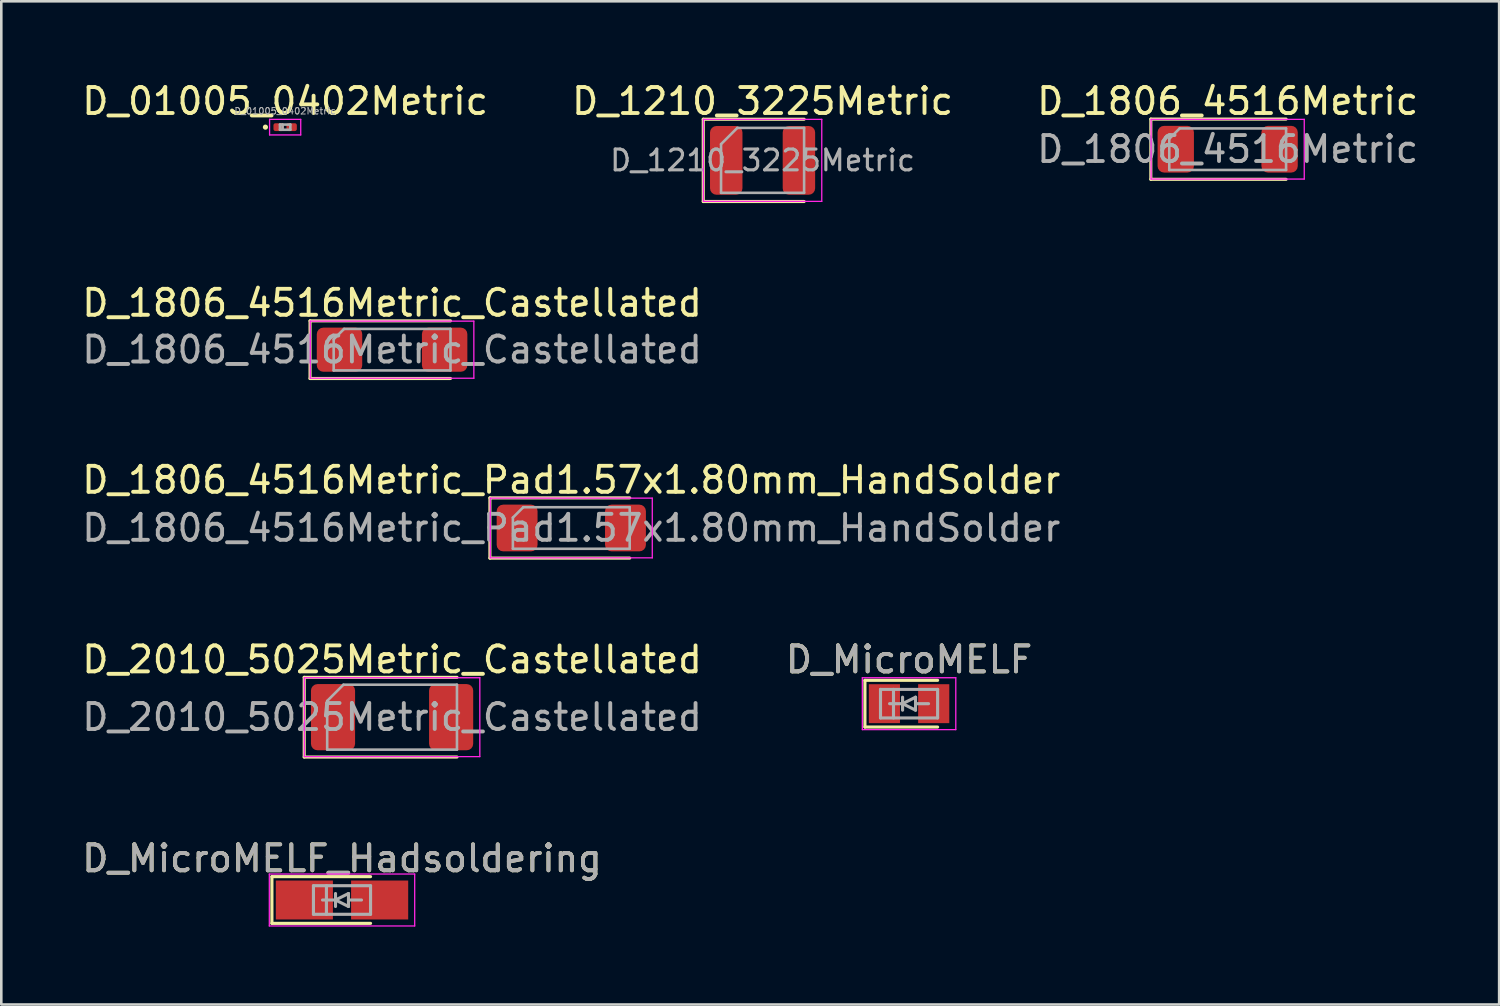
<source format=kicad_pcb>
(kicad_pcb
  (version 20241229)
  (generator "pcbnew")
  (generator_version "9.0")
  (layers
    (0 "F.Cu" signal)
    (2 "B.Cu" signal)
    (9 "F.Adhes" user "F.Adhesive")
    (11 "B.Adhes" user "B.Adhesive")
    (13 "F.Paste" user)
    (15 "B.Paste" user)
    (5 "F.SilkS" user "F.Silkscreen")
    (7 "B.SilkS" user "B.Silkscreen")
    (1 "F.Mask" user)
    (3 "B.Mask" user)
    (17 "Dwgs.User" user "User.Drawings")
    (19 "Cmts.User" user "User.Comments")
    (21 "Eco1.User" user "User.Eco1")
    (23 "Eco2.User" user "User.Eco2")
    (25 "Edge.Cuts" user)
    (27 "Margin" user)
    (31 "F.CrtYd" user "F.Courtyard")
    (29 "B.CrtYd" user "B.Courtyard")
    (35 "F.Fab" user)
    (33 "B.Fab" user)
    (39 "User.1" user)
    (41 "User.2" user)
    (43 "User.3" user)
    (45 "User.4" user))
  (footprint "D_01005_0402Metric"
    (layer "F.Cu")
    (at 7.935 1.848)
    (property "Reference" "D_01005_0402Metric" (at 0 -1 0) (layer "F.SilkS") (effects (font (size 1 1) (thickness 0.15))))
    (attr smd)
    (fp_circle (center -0.76 0) (end -0.71 0) (stroke (width 0.1) (type solid)) (fill no) (layer "F.SilkS"))
    (fp_line (start -0.6 -0.3) (end 0.6 -0.3) (stroke (width 0.05) (type solid)) (layer "F.CrtYd"))
    (fp_line (start -0.6 0.3) (end -0.6 -0.3) (stroke (width 0.05) (type solid)) (layer "F.CrtYd"))
    (fp_line (start 0.6 -0.3) (end 0.6 0.3) (stroke (width 0.05) (type solid)) (layer "F.CrtYd"))
    (fp_line (start 0.6 0.3) (end -0.6 0.3) (stroke (width 0.05) (type solid)) (layer "F.CrtYd"))
    (fp_line (start -0.2 -0.1) (end 0.2 -0.1) (stroke (width 0.1) (type solid)) (layer "F.Fab"))
    (fp_line (start -0.2 0.1) (end -0.2 -0.1) (stroke (width 0.1) (type solid)) (layer "F.Fab"))
    (fp_line (start -0.1 0.1) (end -0.1 -0.1) (stroke (width 0.1) (type solid)) (layer "F.Fab"))
    (fp_line (start 0.2 -0.1) (end 0.2 0.1) (stroke (width 0.1) (type solid)) (layer "F.Fab"))
    (fp_line (start 0.2 0.1) (end -0.2 0.1) (stroke (width 0.1) (type solid)) (layer "F.Fab"))
    (fp_text user "${REFERENCE}" (at 0 -0.62 0) (layer "F.Fab") (effects (font (size 0.25 0.25) (thickness 0.04))))
    (pad "" smd roundrect (at -0.275 0) (size 0.27 0.27) (layers "F.Paste") (roundrect_rratio 0.25))
    (pad "" smd roundrect (at 0.275 0) (size 0.27 0.27) (layers "F.Paste") (roundrect_rratio 0.25))
    (pad "1" smd roundrect (at -0.25 0) (size 0.4 0.3) (layers "F.Cu" "F.Mask") (roundrect_rratio 0.25))
    (pad "2" smd roundrect (at 0.25 0) (size 0.4 0.3) (layers "F.Cu" "F.Mask") (roundrect_rratio 0.25)))
  (footprint "D_1210_3225Metric"
    (layer "F.Cu")
    (at 26.327 3.128)
    (property "Reference" "D_1210_3225Metric" (at 0 -2.28 0) (layer "F.SilkS") (effects (font (size 1 1) (thickness 0.15))))
    (attr smd)
    (fp_line (start -2.285 -1.585) (end -2.285 1.585) (stroke (width 0.12) (type solid)) (layer "F.SilkS"))
    (fp_line (start -2.285 1.585) (end 1.6 1.585) (stroke (width 0.12) (type solid)) (layer "F.SilkS"))
    (fp_line (start 1.6 -1.585) (end -2.285 -1.585) (stroke (width 0.12) (type solid)) (layer "F.SilkS"))
    (fp_line (start -2.28 -1.58) (end 2.28 -1.58) (stroke (width 0.05) (type solid)) (layer "F.CrtYd"))
    (fp_line (start -2.28 1.58) (end -2.28 -1.58) (stroke (width 0.05) (type solid)) (layer "F.CrtYd"))
    (fp_line (start 2.28 -1.58) (end 2.28 1.58) (stroke (width 0.05) (type solid)) (layer "F.CrtYd"))
    (fp_line (start 2.28 1.58) (end -2.28 1.58) (stroke (width 0.05) (type solid)) (layer "F.CrtYd"))
    (fp_line (start -1.6 -0.625) (end -1.6 1.25) (stroke (width 0.1) (type solid)) (layer "F.Fab"))
    (fp_line (start -1.6 1.25) (end 1.6 1.25) (stroke (width 0.1) (type solid)) (layer "F.Fab"))
    (fp_line (start -0.975 -1.25) (end -1.6 -0.625) (stroke (width 0.1) (type solid)) (layer "F.Fab"))
    (fp_line (start 1.6 -1.25) (end -0.975 -1.25) (stroke (width 0.1) (type solid)) (layer "F.Fab"))
    (fp_line (start 1.6 1.25) (end 1.6 -1.25) (stroke (width 0.1) (type solid)) (layer "F.Fab"))
    (fp_text user "${REFERENCE}" (at 0 0 0) (layer "F.Fab") (effects (font (size 0.8 0.8) (thickness 0.12))))
    (pad "1" smd roundrect (at -1.4 0) (size 1.25 2.65) (layers "F.Cu" "F.Mask" "F.Paste") (roundrect_rratio 0.2))
    (pad "2" smd roundrect (at 1.4 0) (size 1.25 2.65) (layers "F.Cu" "F.Mask" "F.Paste") (roundrect_rratio 0.2)))
  (footprint "D_1806_4516Metric"
    (layer "F.Cu")
    (at 44.244 2.698)
    (property "Reference" "D_1806_4516Metric" (at 0 -1.85 0) (layer "F.SilkS") (effects (font (size 1 1) (thickness 0.15))))
    (attr smd)
    (fp_line (start -2.96 -1.16) (end -2.96 1.16) (stroke (width 0.12) (type solid)) (layer "F.SilkS"))
    (fp_line (start -2.96 1.16) (end 2.25 1.16) (stroke (width 0.12) (type solid)) (layer "F.SilkS"))
    (fp_line (start 2.25 -1.16) (end -2.96 -1.16) (stroke (width 0.12) (type solid)) (layer "F.SilkS"))
    (fp_line (start -2.95 -1.15) (end 2.95 -1.15) (stroke (width 0.05) (type solid)) (layer "F.CrtYd"))
    (fp_line (start -2.95 1.15) (end -2.95 -1.15) (stroke (width 0.05) (type solid)) (layer "F.CrtYd"))
    (fp_line (start 2.95 -1.15) (end 2.95 1.15) (stroke (width 0.05) (type solid)) (layer "F.CrtYd"))
    (fp_line (start 2.95 1.15) (end -2.95 1.15) (stroke (width 0.05) (type solid)) (layer "F.CrtYd"))
    (fp_line (start -2.25 -0.4) (end -2.25 0.8) (stroke (width 0.1) (type solid)) (layer "F.Fab"))
    (fp_line (start -2.25 0.8) (end 2.25 0.8) (stroke (width 0.1) (type solid)) (layer "F.Fab"))
    (fp_line (start -1.85 -0.8) (end -2.25 -0.4) (stroke (width 0.1) (type solid)) (layer "F.Fab"))
    (fp_line (start 2.25 -0.8) (end -1.85 -0.8) (stroke (width 0.1) (type solid)) (layer "F.Fab"))
    (fp_line (start 2.25 0.8) (end 2.25 -0.8) (stroke (width 0.1) (type solid)) (layer "F.Fab"))
    (fp_text user "${REFERENCE}" (at 0 0 0) (layer "F.Fab") (effects (font (size 1 1) (thickness 0.15))))
    (pad "1" smd roundrect (at -2 0) (size 1.4 1.8) (layers "F.Cu" "F.Mask" "F.Paste") (roundrect_rratio 0.179))
    (pad "2" smd roundrect (at 2 0) (size 1.4 1.8) (layers "F.Cu" "F.Mask" "F.Paste") (roundrect_rratio 0.179)))
  (footprint "D_MicroMELF"
    (layer "F.Cu")
    (at 31.97 24.058)
    (property "Reference" "D_MicroMELF" (at 0 -1.7 0) (layer "F.SilkS") (effects (font (size 1 1) (thickness 0.15))))
    (attr smd)
    (fp_line (start -1.7 -0.9) (end -1.7 0.9) (stroke (width 0.12) (type solid)) (layer "F.SilkS"))
    (fp_line (start -1.7 0.9) (end 1.1 0.9) (stroke (width 0.12) (type solid)) (layer "F.SilkS"))
    (fp_line (start 1.1 -0.9) (end -1.7 -0.9) (stroke (width 0.12) (type solid)) (layer "F.SilkS"))
    (fp_line (start -1.8 -1) (end -1.8 1) (stroke (width 0.05) (type solid)) (layer "F.CrtYd"))
    (fp_line (start -1.8 -1) (end 1.8 -1) (stroke (width 0.05) (type solid)) (layer "F.CrtYd"))
    (fp_line (start 1.8 1) (end -1.8 1) (stroke (width 0.05) (type solid)) (layer "F.CrtYd"))
    (fp_line (start 1.8 1) (end 1.8 -1) (stroke (width 0.05) (type solid)) (layer "F.CrtYd"))
    (fp_line (start -1.1 -0.55) (end 1.1 -0.55) (stroke (width 0.12) (type solid)) (layer "F.Fab"))
    (fp_line (start -1.1 0.55) (end -1.1 -0.55) (stroke (width 0.12) (type solid)) (layer "F.Fab"))
    (fp_line (start -0.6 -0.55) (end -0.6 0.55) (stroke (width 0.12) (type solid)) (layer "F.Fab"))
    (fp_line (start -0.25 -0.25) (end -0.25 0.25) (stroke (width 0.12) (type solid)) (layer "F.Fab"))
    (fp_line (start -0.25 0) (end -0.75 0) (stroke (width 0.12) (type solid)) (layer "F.Fab"))
    (fp_line (start -0.25 0) (end 0.25 -0.25) (stroke (width 0.12) (type solid)) (layer "F.Fab"))
    (fp_line (start 0.25 -0.25) (end 0.25 0.25) (stroke (width 0.12) (type solid)) (layer "F.Fab"))
    (fp_line (start 0.25 0) (end 0.75 0) (stroke (width 0.12) (type solid)) (layer "F.Fab"))
    (fp_line (start 0.25 0.25) (end -0.25 0) (stroke (width 0.12) (type solid)) (layer "F.Fab"))
    (fp_line (start 1.1 -0.55) (end 1.1 0.55) (stroke (width 0.12) (type solid)) (layer "F.Fab"))
    (fp_line (start 1.1 0.55) (end -1.1 0.55) (stroke (width 0.12) (type solid)) (layer "F.Fab"))
    (fp_text user "${REFERENCE}" (at 0 -1.7 0) (layer "F.Fab") (effects (font (size 1 1) (thickness 0.15))))
    (pad "1" smd rect (at -0.95 0) (size 1.2 1.5) (layers "F.Cu" "F.Mask" "F.Paste"))
    (pad "2" smd rect (at 0.95 0) (size 1.2 1.5) (layers "F.Cu" "F.Mask" "F.Paste")))
  (footprint "D_1806_4516Metric_Castellated"
    (layer "F.Cu")
    (at 12.054 10.421)
    (property "Reference" "D_1806_4516Metric_Castellated" (at 0 -1.8 0) (layer "F.SilkS") (effects (font (size 1 1) (thickness 0.15))))
    (attr smd)
    (fp_line (start -3.16 -1.11) (end -3.16 1.11) (stroke (width 0.12) (type solid)) (layer "F.SilkS"))
    (fp_line (start -3.16 1.11) (end 2.25 1.11) (stroke (width 0.12) (type solid)) (layer "F.SilkS"))
    (fp_line (start 2.25 -1.11) (end -3.16 -1.11) (stroke (width 0.12) (type solid)) (layer "F.SilkS"))
    (fp_line (start -3.15 -1.1) (end 3.15 -1.1) (stroke (width 0.05) (type solid)) (layer "F.CrtYd"))
    (fp_line (start -3.15 1.1) (end -3.15 -1.1) (stroke (width 0.05) (type solid)) (layer "F.CrtYd"))
    (fp_line (start 3.15 -1.1) (end 3.15 1.1) (stroke (width 0.05) (type solid)) (layer "F.CrtYd"))
    (fp_line (start 3.15 1.1) (end -3.15 1.1) (stroke (width 0.05) (type solid)) (layer "F.CrtYd"))
    (fp_line (start -2.25 -0.4) (end -2.25 0.8) (stroke (width 0.1) (type solid)) (layer "F.Fab"))
    (fp_line (start -2.25 0.8) (end 2.25 0.8) (stroke (width 0.1) (type solid)) (layer "F.Fab"))
    (fp_line (start -1.85 -0.8) (end -2.25 -0.4) (stroke (width 0.1) (type solid)) (layer "F.Fab"))
    (fp_line (start 2.25 -0.8) (end -1.85 -0.8) (stroke (width 0.1) (type solid)) (layer "F.Fab"))
    (fp_line (start 2.25 0.8) (end 2.25 -0.8) (stroke (width 0.1) (type solid)) (layer "F.Fab"))
    (fp_text user "${REFERENCE}" (at 0 0 0) (layer "F.Fab") (effects (font (size 1 1) (thickness 0.15))))
    (pad "1" smd roundrect (at -2.025 0) (size 1.75 1.7) (layers "F.Cu" "F.Mask" "F.Paste") (roundrect_rratio 0.147))
    (pad "2" smd roundrect (at 2.025 0) (size 1.75 1.7) (layers "F.Cu" "F.Mask" "F.Paste") (roundrect_rratio 0.147)))
  (footprint "D_MicroMELF_Hadsoldering"
    (layer "F.Cu")
    (at 10.125 31.621)
    (property "Reference" "D_MicroMELF_Hadsoldering" (at 0 -1.6 0) (layer "F.SilkS") (effects (font (size 1 1) (thickness 0.15))))
    (attr smd)
    (fp_line (start -2.7 -0.9) (end -2.7 0.9) (stroke (width 0.12) (type solid)) (layer "F.SilkS"))
    (fp_line (start -2.7 0.9) (end 1.1 0.9) (stroke (width 0.12) (type solid)) (layer "F.SilkS"))
    (fp_line (start 1.1 -0.9) (end -2.7 -0.9) (stroke (width 0.12) (type solid)) (layer "F.SilkS"))
    (fp_line (start -2.8 -1) (end -2.8 1) (stroke (width 0.05) (type solid)) (layer "F.CrtYd"))
    (fp_line (start -2.8 -1) (end 2.8 -1) (stroke (width 0.05) (type solid)) (layer "F.CrtYd"))
    (fp_line (start 2.8 1) (end -2.8 1) (stroke (width 0.05) (type solid)) (layer "F.CrtYd"))
    (fp_line (start 2.8 1) (end 2.8 -1) (stroke (width 0.05) (type solid)) (layer "F.CrtYd"))
    (fp_line (start -1.1 -0.55) (end 1.1 -0.55) (stroke (width 0.12) (type solid)) (layer "F.Fab"))
    (fp_line (start -1.1 0.55) (end -1.1 -0.55) (stroke (width 0.12) (type solid)) (layer "F.Fab"))
    (fp_line (start -0.6 -0.55) (end -0.6 0.55) (stroke (width 0.12) (type solid)) (layer "F.Fab"))
    (fp_line (start -0.25 -0.25) (end -0.25 0.25) (stroke (width 0.12) (type solid)) (layer "F.Fab"))
    (fp_line (start -0.25 0) (end -0.75 0) (stroke (width 0.12) (type solid)) (layer "F.Fab"))
    (fp_line (start -0.25 0) (end 0.25 -0.25) (stroke (width 0.12) (type solid)) (layer "F.Fab"))
    (fp_line (start 0.25 -0.25) (end 0.25 0.25) (stroke (width 0.12) (type solid)) (layer "F.Fab"))
    (fp_line (start 0.25 0) (end 0.75 0) (stroke (width 0.12) (type solid)) (layer "F.Fab"))
    (fp_line (start 0.25 0.25) (end -0.25 0) (stroke (width 0.12) (type solid)) (layer "F.Fab"))
    (fp_line (start 1.1 -0.55) (end 1.1 0.55) (stroke (width 0.12) (type solid)) (layer "F.Fab"))
    (fp_line (start 1.1 0.55) (end -1.1 0.55) (stroke (width 0.12) (type solid)) (layer "F.Fab"))
    (fp_text user "${REFERENCE}" (at 0 -1.6 0) (layer "F.Fab") (effects (font (size 1 1) (thickness 0.15))))
    (pad "1" smd rect (at -1.45 0) (size 2.2 1.5) (layers "F.Cu" "F.Mask" "F.Paste"))
    (pad "2" smd rect (at 1.45 0) (size 2.2 1.5) (layers "F.Cu" "F.Mask" "F.Paste")))
  (footprint "D_1806_4516Metric_Pad1.57x1.80mm_HandSolder"
    (layer "F.Cu")
    (at 18.958 17.29)
    (property "Reference" "D_1806_4516Metric_Pad1.57x1.80mm_HandSolder" (at 0 -1.85 0) (layer "F.SilkS") (effects (font (size 1 1) (thickness 0.15))))
    (attr smd)
    (fp_line (start -3.135 -1.16) (end -3.135 1.16) (stroke (width 0.12) (type solid)) (layer "F.SilkS"))
    (fp_line (start -3.135 1.16) (end 2.25 1.16) (stroke (width 0.12) (type solid)) (layer "F.SilkS"))
    (fp_line (start 2.25 -1.16) (end -3.135 -1.16) (stroke (width 0.12) (type solid)) (layer "F.SilkS"))
    (fp_line (start -3.12 -1.15) (end 3.12 -1.15) (stroke (width 0.05) (type solid)) (layer "F.CrtYd"))
    (fp_line (start -3.12 1.15) (end -3.12 -1.15) (stroke (width 0.05) (type solid)) (layer "F.CrtYd"))
    (fp_line (start 3.12 -1.15) (end 3.12 1.15) (stroke (width 0.05) (type solid)) (layer "F.CrtYd"))
    (fp_line (start 3.12 1.15) (end -3.12 1.15) (stroke (width 0.05) (type solid)) (layer "F.CrtYd"))
    (fp_line (start -2.25 -0.4) (end -2.25 0.8) (stroke (width 0.1) (type solid)) (layer "F.Fab"))
    (fp_line (start -2.25 0.8) (end 2.25 0.8) (stroke (width 0.1) (type solid)) (layer "F.Fab"))
    (fp_line (start -1.85 -0.8) (end -2.25 -0.4) (stroke (width 0.1) (type solid)) (layer "F.Fab"))
    (fp_line (start 2.25 -0.8) (end -1.85 -0.8) (stroke (width 0.1) (type solid)) (layer "F.Fab"))
    (fp_line (start 2.25 0.8) (end 2.25 -0.8) (stroke (width 0.1) (type solid)) (layer "F.Fab"))
    (fp_text user "${REFERENCE}" (at 0 0 0) (layer "F.Fab") (effects (font (size 1 1) (thickness 0.15))))
    (pad "1" smd roundrect (at -2.087 0) (size 1.575 1.8) (layers "F.Cu" "F.Mask" "F.Paste") (roundrect_rratio 0.159))
    (pad "2" smd roundrect (at 2.087 0) (size 1.575 1.8) (layers "F.Cu" "F.Mask" "F.Paste") (roundrect_rratio 0.159)))
  (footprint "D_2010_5025Metric_Castellated"
    (layer "F.Cu")
    (at 12.054 24.578)
    (property "Reference" "D_2010_5025Metric_Castellated" (at 0 -2.22 0) (layer "F.SilkS") (effects (font (size 1 1) (thickness 0.15))))
    (attr smd)
    (fp_line (start -3.385 -1.535) (end -3.385 1.535) (stroke (width 0.12) (type solid)) (layer "F.SilkS"))
    (fp_line (start -3.385 1.535) (end 2.5 1.535) (stroke (width 0.12) (type solid)) (layer "F.SilkS"))
    (fp_line (start 2.5 -1.535) (end -3.385 -1.535) (stroke (width 0.12) (type solid)) (layer "F.SilkS"))
    (fp_line (start -3.38 -1.52) (end 3.38 -1.52) (stroke (width 0.05) (type solid)) (layer "F.CrtYd"))
    (fp_line (start -3.38 1.52) (end -3.38 -1.52) (stroke (width 0.05) (type solid)) (layer "F.CrtYd"))
    (fp_line (start 3.38 -1.52) (end 3.38 1.52) (stroke (width 0.05) (type solid)) (layer "F.CrtYd"))
    (fp_line (start 3.38 1.52) (end -3.38 1.52) (stroke (width 0.05) (type solid)) (layer "F.CrtYd"))
    (fp_line (start -2.5 -0.625) (end -2.5 1.25) (stroke (width 0.1) (type solid)) (layer "F.Fab"))
    (fp_line (start -2.5 1.25) (end 2.5 1.25) (stroke (width 0.1) (type solid)) (layer "F.Fab"))
    (fp_line (start -1.875 -1.25) (end -2.5 -0.625) (stroke (width 0.1) (type solid)) (layer "F.Fab"))
    (fp_line (start 2.5 -1.25) (end -1.875 -1.25) (stroke (width 0.1) (type solid)) (layer "F.Fab"))
    (fp_line (start 2.5 1.25) (end 2.5 -1.25) (stroke (width 0.1) (type solid)) (layer "F.Fab"))
    (fp_text user "${REFERENCE}" (at 0 0 0) (layer "F.Fab") (effects (font (size 1 1) (thickness 0.15))))
    (pad "1" smd roundrect (at -2.275 0) (size 1.7 2.55) (layers "F.Cu" "F.Mask" "F.Paste") (roundrect_rratio 0.147))
    (pad "2" smd roundrect (at 2.275 0) (size 1.7 2.55) (layers "F.Cu" "F.Mask" "F.Paste") (roundrect_rratio 0.147)))
  (gr_rect
    (start -3 -3)
    (end 54.702 35.646)
    (stroke (width 0.1) (type default))
    (fill no)
    (layer "Edge.Cuts")))
</source>
